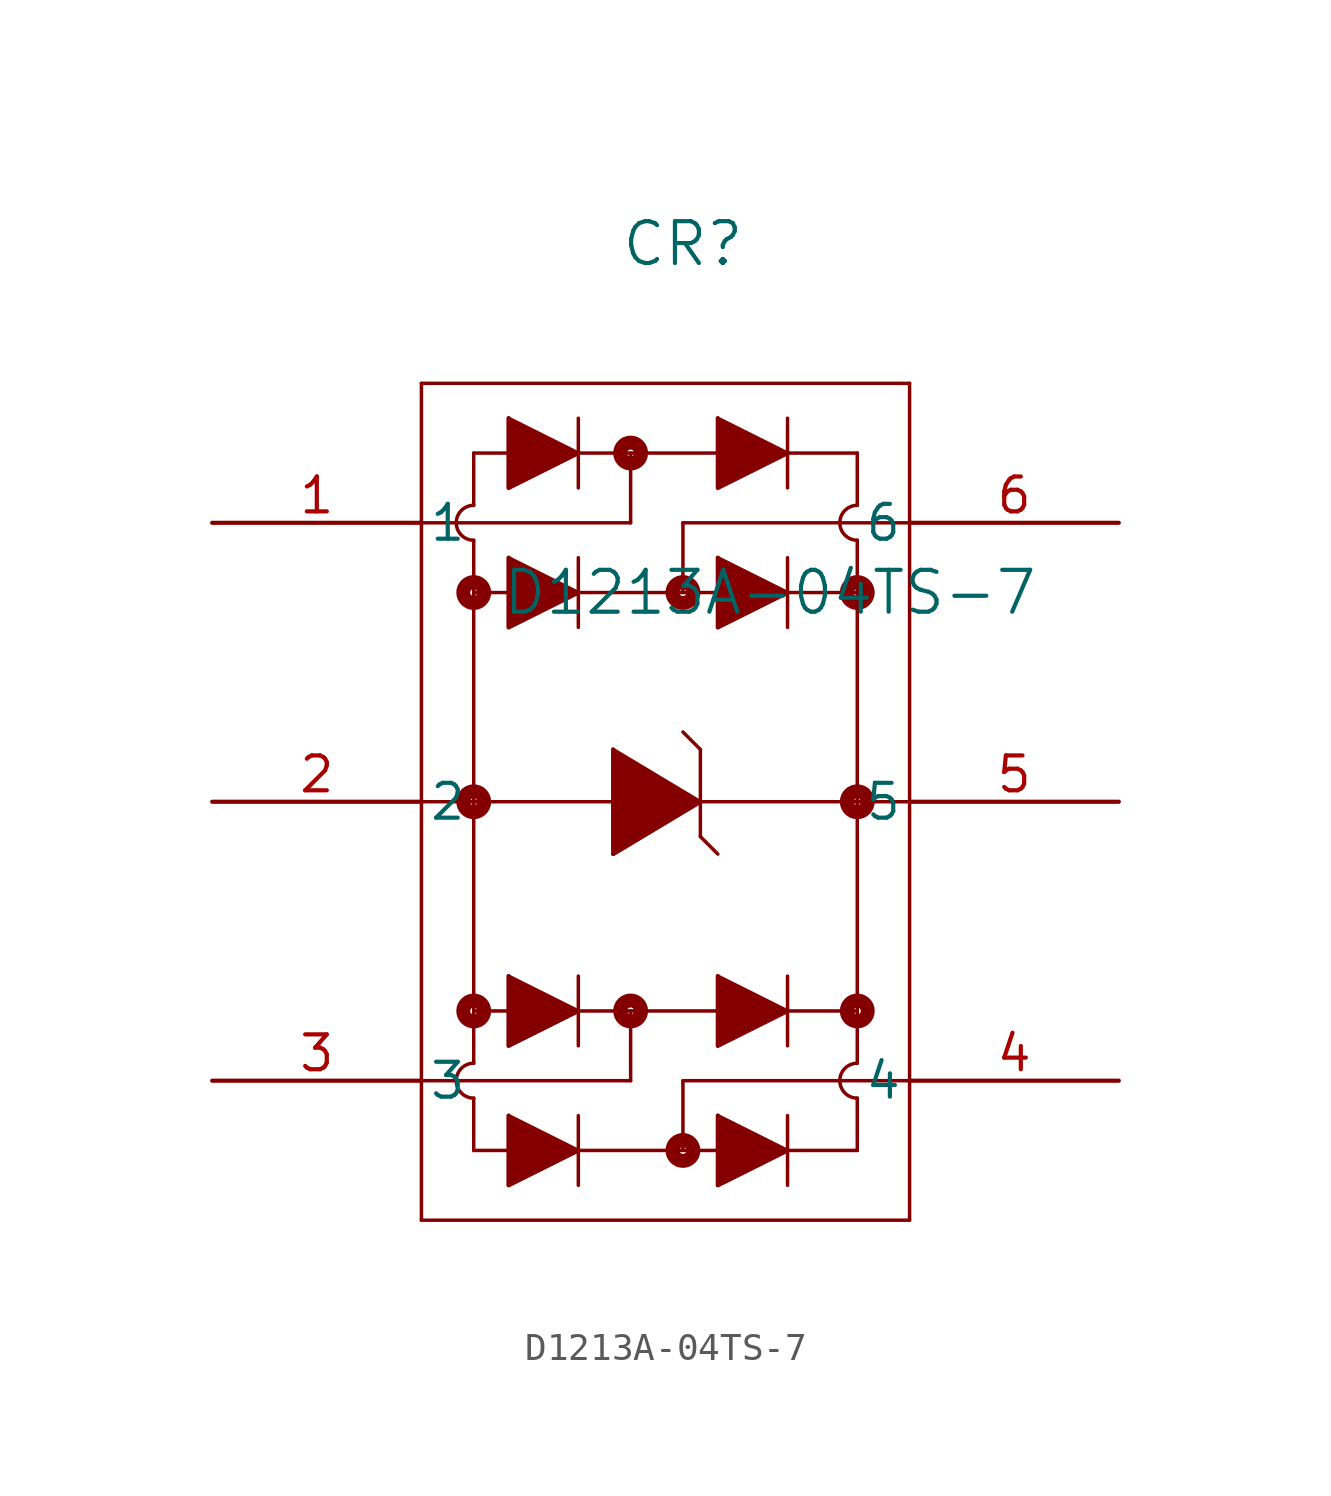
<source format=kicad_sym>
(kicad_symbol_lib
  (version 20211014)
  (generator kicad_symbol_editor)
  (symbol "D1213A-04TS-7"
    (pin_names
      (offset 0.254))
    (property "Reference" "CR"
      (at 17.145 10.16 0)
      (effects (font (size 1.524 1.524))))
    (property "Value" "D1213A-04TS-7"
      (at 20.32 -2.54 0)
      (effects (font (size 1.524 1.524))))
    (symbol "D1213A-04TS-7_0_1"
      (polyline (pts (xy 7.62 5.08) (xy 7.62 -25.4)) (stroke (width 0.127) (type default) (color 0 0 0 0)) (fill (type none)))
      (polyline (pts (xy 7.62 -25.4) (xy 25.4 -25.4)) (stroke (width 0.127) (type default) (color 0 0 0 0)) (fill (type none)))
      (polyline (pts (xy 25.4 -25.4) (xy 25.4 5.08)) (stroke (width 0.127) (type default) (color 0 0 0 0)) (fill (type none)))
      (polyline (pts (xy 25.4 5.08) (xy 7.62 5.08)) (stroke (width 0.127) (type default) (color 0 0 0 0)) (fill (type none)))
      (polyline (pts (xy 7.62 0) (xy 15.24 0)) (stroke (width 0.127) (type default) (color 0 0 0 0)) (fill (type none)))
      (polyline (pts (xy 15.24 2.54) (xy 15.24 0)) (stroke (width 0.127) (type default) (color 0 0 0 0)) (fill (type none)))
      (polyline (pts (xy 25.4 0) (xy 17.145 0)) (stroke (width 0.127) (type default) (color 0 0 0 0)) (fill (type none)))
      (polyline (pts (xy 17.145 0) (xy 17.145 -2.54)) (stroke (width 0.127) (type default) (color 0 0 0 0)) (fill (type none)))
      (polyline (pts (xy 7.62 -20.32) (xy 15.24 -20.32)) (stroke (width 0.127) (type default) (color 0 0 0 0)) (fill (type none)))
      (polyline (pts (xy 15.24 -17.78) (xy 15.24 -20.32)) (stroke (width 0.127) (type default) (color 0 0 0 0)) (fill (type none)))
      (polyline (pts (xy 25.4 -20.32) (xy 17.145 -20.32)) (stroke (width 0.127) (type default) (color 0 0 0 0)) (fill (type none)))
      (polyline (pts (xy 17.145 -20.32) (xy 17.145 -22.86)) (stroke (width 0.127) (type default) (color 0 0 0 0)) (fill (type none)))
      (polyline (pts (xy 9.525 -20.955) (xy 9.525 -22.86)) (stroke (width 0.127) (type default) (color 0 0 0 0)) (fill (type none)))
      (polyline (pts (xy 7.62 -10.16) (xy 25.4 -10.16)) (stroke (width 0.127) (type default) (color 0 0 0 0)) (fill (type none)))
      (polyline (pts (xy 23.495 -20.955) (xy 23.495 -22.86)) (stroke (width 0.127) (type default) (color 0 0 0 0)) (fill (type none)))
      (polyline (pts (xy 9.525 2.54) (xy 23.495 2.54)) (stroke (width 0.127) (type default) (color 0 0 0 0)) (fill (type none)))
      (polyline (pts (xy 10.795 3.81) (xy 10.795 1.27)) (stroke (width 0.127) (type default) (color 0 0 0 0)) (fill (type none)))
      (polyline (pts (xy 10.795 3.81) (xy 13.335 2.54)) (stroke (width 0.127) (type default) (color 0 0 0 0)) (fill (type none)))
      (polyline (pts (xy 13.335 2.54) (xy 10.795 1.27)) (stroke (width 0.127) (type default) (color 0 0 0 0)) (fill (type none)))
      (polyline (pts (xy 13.335 1.27) (xy 13.335 3.81)) (stroke (width 0.127) (type default) (color 0 0 0 0)) (fill (type none)))
      (polyline (pts (xy 10.795 3.81) (xy 10.795 1.27) (xy 13.335 2.54)) (stroke (width 0) (type default) (color 0 0 0 0)) (fill (type outline)))
      (polyline (pts (xy 18.415 3.81) (xy 18.415 1.27)) (stroke (width 0.127) (type default) (color 0 0 0 0)) (fill (type none)))
      (polyline (pts (xy 18.415 3.81) (xy 20.955 2.54)) (stroke (width 0.127) (type default) (color 0 0 0 0)) (fill (type none)))
      (polyline (pts (xy 20.955 2.54) (xy 18.415 1.27)) (stroke (width 0.127) (type default) (color 0 0 0 0)) (fill (type none)))
      (polyline (pts (xy 20.955 1.27) (xy 20.955 3.81)) (stroke (width 0.127) (type default) (color 0 0 0 0)) (fill (type none)))
      (polyline (pts (xy 18.415 3.81) (xy 18.415 1.27) (xy 20.955 2.54)) (stroke (width 0) (type default) (color 0 0 0 0)) (fill (type outline)))
      (circle (center 15.24 2.54) (radius 0.127) (stroke (width 0.508) (type default) (color 0 0 0 0)) (fill (type none)))
      (polyline (pts (xy 9.525 -17.78) (xy 23.495 -17.78)) (stroke (width 0.127) (type default) (color 0 0 0 0)) (fill (type none)))
      (polyline (pts (xy 10.795 -16.51) (xy 10.795 -19.05)) (stroke (width 0.127) (type default) (color 0 0 0 0)) (fill (type none)))
      (polyline (pts (xy 10.795 -16.51) (xy 13.335 -17.78)) (stroke (width 0.127) (type default) (color 0 0 0 0)) (fill (type none)))
      (polyline (pts (xy 13.335 -17.78) (xy 10.795 -19.05)) (stroke (width 0.127) (type default) (color 0 0 0 0)) (fill (type none)))
      (polyline (pts (xy 13.335 -19.05) (xy 13.335 -16.51)) (stroke (width 0.127) (type default) (color 0 0 0 0)) (fill (type none)))
      (polyline (pts (xy 18.415 -16.51) (xy 18.415 -19.05)) (stroke (width 0.127) (type default) (color 0 0 0 0)) (fill (type none)))
      (polyline (pts (xy 18.415 -16.51) (xy 20.955 -17.78)) (stroke (width 0.127) (type default) (color 0 0 0 0)) (fill (type none)))
      (polyline (pts (xy 20.955 -17.78) (xy 18.415 -19.05)) (stroke (width 0.127) (type default) (color 0 0 0 0)) (fill (type none)))
      (polyline (pts (xy 20.955 -19.05) (xy 20.955 -16.51)) (stroke (width 0.127) (type default) (color 0 0 0 0)) (fill (type none)))
      (circle (center 15.24 -17.78) (radius 0.127) (stroke (width 0.508) (type default) (color 0 0 0 0)) (fill (type none)))
      (polyline (pts (xy 10.795 -16.51) (xy 10.795 -19.05) (xy 13.335 -17.78)) (stroke (width 0) (type default) (color 0 0 0 0)) (fill (type outline)))
      (polyline (pts (xy 18.415 -16.51) (xy 18.415 -19.05) (xy 20.955 -17.78)) (stroke (width 0) (type default) (color 0 0 0 0)) (fill (type outline)))
      (polyline (pts (xy 9.525 -2.54) (xy 23.495 -2.54)) (stroke (width 0.127) (type default) (color 0 0 0 0)) (fill (type none)))
      (polyline (pts (xy 10.795 -1.27) (xy 10.795 -3.81)) (stroke (width 0.127) (type default) (color 0 0 0 0)) (fill (type none)))
      (polyline (pts (xy 10.795 -1.27) (xy 13.335 -2.54)) (stroke (width 0.127) (type default) (color 0 0 0 0)) (fill (type none)))
      (polyline (pts (xy 13.335 -2.54) (xy 10.795 -3.81)) (stroke (width 0.127) (type default) (color 0 0 0 0)) (fill (type none)))
      (polyline (pts (xy 13.335 -3.81) (xy 13.335 -1.27)) (stroke (width 0.127) (type default) (color 0 0 0 0)) (fill (type none)))
      (polyline (pts (xy 18.415 -1.27) (xy 18.415 -3.81)) (stroke (width 0.127) (type default) (color 0 0 0 0)) (fill (type none)))
      (polyline (pts (xy 18.415 -1.27) (xy 20.955 -2.54)) (stroke (width 0.127) (type default) (color 0 0 0 0)) (fill (type none)))
      (polyline (pts (xy 20.955 -2.54) (xy 18.415 -3.81)) (stroke (width 0.127) (type default) (color 0 0 0 0)) (fill (type none)))
      (polyline (pts (xy 20.955 -3.81) (xy 20.955 -1.27)) (stroke (width 0.127) (type default) (color 0 0 0 0)) (fill (type none)))
      (circle (center 17.145 -2.54) (radius 0.127) (stroke (width 0.508) (type default) (color 0 0 0 0)) (fill (type none)))
      (polyline (pts (xy 10.795 -1.27) (xy 10.795 -3.81) (xy 13.335 -2.54)) (stroke (width 0) (type default) (color 0 0 0 0)) (fill (type outline)))
      (polyline (pts (xy 18.415 -1.27) (xy 18.415 -3.81) (xy 20.955 -2.54)) (stroke (width 0) (type default) (color 0 0 0 0)) (fill (type outline)))
      (polyline (pts (xy 9.525 -22.86) (xy 23.495 -22.86)) (stroke (width 0.127) (type default) (color 0 0 0 0)) (fill (type none)))
      (polyline (pts (xy 10.795 -21.59) (xy 10.795 -24.13)) (stroke (width 0.127) (type default) (color 0 0 0 0)) (fill (type none)))
      (polyline (pts (xy 10.795 -21.59) (xy 13.335 -22.86)) (stroke (width 0.127) (type default) (color 0 0 0 0)) (fill (type none)))
      (polyline (pts (xy 13.335 -22.86) (xy 10.795 -24.13)) (stroke (width 0.127) (type default) (color 0 0 0 0)) (fill (type none)))
      (polyline (pts (xy 13.335 -24.13) (xy 13.335 -21.59)) (stroke (width 0.127) (type default) (color 0 0 0 0)) (fill (type none)))
      (polyline (pts (xy 18.415 -21.59) (xy 18.415 -24.13)) (stroke (width 0.127) (type default) (color 0 0 0 0)) (fill (type none)))
      (polyline (pts (xy 18.415 -21.59) (xy 20.955 -22.86)) (stroke (width 0.127) (type default) (color 0 0 0 0)) (fill (type none)))
      (polyline (pts (xy 20.955 -22.86) (xy 18.415 -24.13)) (stroke (width 0.127) (type default) (color 0 0 0 0)) (fill (type none)))
      (polyline (pts (xy 20.955 -24.13) (xy 20.955 -21.59)) (stroke (width 0.127) (type default) (color 0 0 0 0)) (fill (type none)))
      (circle (center 17.145 -22.86) (radius 0.127) (stroke (width 0.508) (type default) (color 0 0 0 0)) (fill (type none)))
      (polyline (pts (xy 10.795 -21.59) (xy 10.795 -24.13) (xy 13.335 -22.86)) (stroke (width 0) (type default) (color 0 0 0 0)) (fill (type outline)))
      (polyline (pts (xy 18.415 -21.59) (xy 18.415 -24.13) (xy 20.955 -22.86)) (stroke (width 0) (type default) (color 0 0 0 0)) (fill (type outline)))
      (polyline (pts (xy 14.605 -8.255) (xy 14.605 -12.065)) (stroke (width 0.127) (type default) (color 0 0 0 0)) (fill (type none)))
      (polyline (pts (xy 14.605 -8.255) (xy 17.78 -10.16)) (stroke (width 0.127) (type default) (color 0 0 0 0)) (fill (type none)))
      (polyline (pts (xy 14.605 -12.065) (xy 17.78 -10.16)) (stroke (width 0.127) (type default) (color 0 0 0 0)) (fill (type none)))
      (polyline (pts (xy 17.78 -8.255) (xy 17.78 -11.43)) (stroke (width 0.127) (type default) (color 0 0 0 0)) (fill (type none)))
      (polyline (pts (xy 17.78 -8.255) (xy 17.145 -7.62)) (stroke (width 0.127) (type default) (color 0 0 0 0)) (fill (type none)))
      (polyline (pts (xy 17.78 -11.43) (xy 18.415 -12.065)) (stroke (width 0.127) (type default) (color 0 0 0 0)) (fill (type none)))
      (polyline (pts (xy 14.605 -8.255) (xy 14.605 -12.065) (xy 17.78 -10.16)) (stroke (width 0) (type default) (color 0 0 0 0)) (fill (type outline)))
      (circle (center 9.525 -10.16) (radius 0.127) (stroke (width 0.508) (type default) (color 0 0 0 0)) (fill (type none)))
      (circle (center 23.495 -10.16) (radius 0.127) (stroke (width 0.508) (type default) (color 0 0 0 0)) (fill (type none)))
      (arc (start 9.525 0.635) (mid 8.89 0) (end 9.525 -0.635) (stroke (width 0.127) (type default) (color 0 0 0 0)) (fill (type none)))
      (arc (start 9.525 -19.685) (mid 8.89 -20.32) (end 9.525 -20.955) (stroke (width 0.127) (type default) (color 0 0 0 0)) (fill (type none)))
      (arc (start 23.495 -19.685) (mid 22.86 -20.32) (end 23.495 -20.955) (stroke (width 0.127) (type default) (color 0 0 0 0)) (fill (type none)))
      (arc (start 23.495 0.635) (mid 22.86 0) (end 23.495 -0.635) (stroke (width 0.127) (type default) (color 0 0 0 0)) (fill (type none)))
      (polyline (pts (xy 9.525 -0.635) (xy 9.525 -19.685)) (stroke (width 0.127) (type default) (color 0 0 0 0)) (fill (type none)))
      (polyline (pts (xy 9.525 2.54) (xy 9.525 0.635)) (stroke (width 0.127) (type default) (color 0 0 0 0)) (fill (type none)))
      (polyline (pts (xy 23.495 -19.685) (xy 23.495 -0.635)) (stroke (width 0.127) (type default) (color 0 0 0 0)) (fill (type none)))
      (polyline (pts (xy 23.495 2.54) (xy 23.495 0.635)) (stroke (width 0.127) (type default) (color 0 0 0 0)) (fill (type none)))
      (circle (center 23.495 -2.54) (radius 0.127) (stroke (width 0.508) (type default) (color 0 0 0 0)) (fill (type none)))
      (circle (center 9.525 -2.54) (radius 0.127) (stroke (width 0.508) (type default) (color 0 0 0 0)) (fill (type none)))
      (circle (center 23.495 -17.78) (radius 0.127) (stroke (width 0.508) (type default) (color 0 0 0 0)) (fill (type none)))
      (circle (center 9.525 -17.78) (radius 0.127) (stroke (width 0.508) (type default) (color 0 0 0 0)) (fill (type none)))
      (pin unspecified line (at 0 0 0) (length 7.62) (name "1" (effects (font (size 1.27 1.27)))) (number "1" (effects (font (size 1.27 1.27)))))
      (pin unspecified line (at 0 -10.16 0) (length 7.62) (name "2" (effects (font (size 1.27 1.27)))) (number "2" (effects (font (size 1.27 1.27)))))
      (pin unspecified line (at 0 -20.32 0) (length 7.62) (name "3" (effects (font (size 1.27 1.27)))) (number "3" (effects (font (size 1.27 1.27)))))
      (pin unspecified line (at 33.02 -20.32 180) (length 7.62) (name "4" (effects (font (size 1.27 1.27)))) (number "4" (effects (font (size 1.27 1.27)))))
      (pin unspecified line (at 33.02 -10.16 180) (length 7.62) (name "5" (effects (font (size 1.27 1.27)))) (number "5" (effects (font (size 1.27 1.27)))))
      (pin unspecified line (at 33.02 0 180) (length 7.62) (name "6" (effects (font (size 1.27 1.27)))) (number "6" (effects (font (size 1.27 1.27))))))))
</source>
